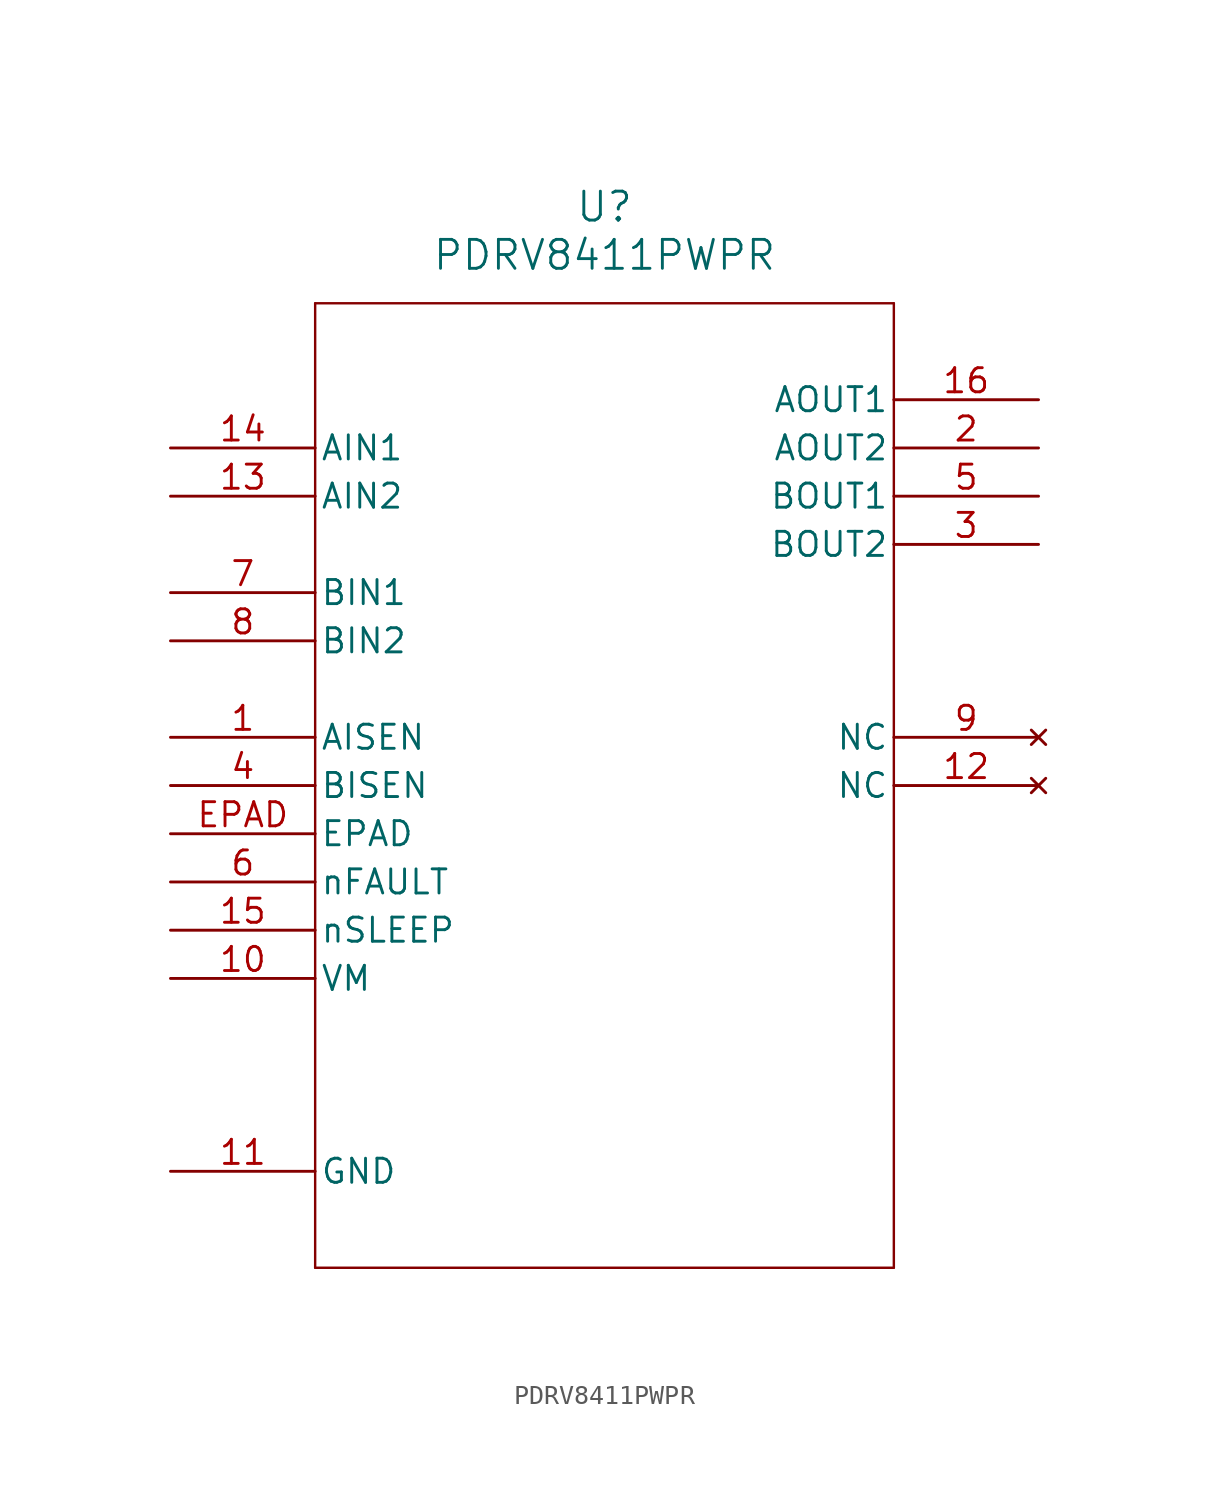
<source format=kicad_sym>
(kicad_symbol_lib
  (version 20220914)
  (generator kicad_symbol_editor)
  (symbol "PDRV8411PWPR"
    (pin_names
      (offset 0.254))
    (property "Reference" "U"
      (at 22.86 12.7 0)
      (effects (font (size 1.524 1.524))))
    (property "Value" "PDRV8411PWPR"
      (at 22.86 10.16 0)
      (effects (font (size 1.524 1.524))))
    (property "ki_locked" ""
      (at 0 0 0)
      (effects (font (size 1.27 1.27))))
    (symbol "PDRV8411PWPR_0_1"
      (polyline (pts (xy 7.62 -43.18) (xy 38.1 -43.18)) (stroke (width 0.127) (type default)) (fill (type none)))
      (polyline (pts (xy 7.62 7.62) (xy 7.62 -43.18)) (stroke (width 0.127) (type default)) (fill (type none)))
      (polyline (pts (xy 38.1 -43.18) (xy 38.1 7.62)) (stroke (width 0.127) (type default)) (fill (type none)))
      (polyline (pts (xy 38.1 7.62) (xy 7.62 7.62)) (stroke (width 0.127) (type default)) (fill (type none)))
      (pin passive line (at 0 -15.24 0) (length 7.62) (name "AISEN" (effects (font (size 1.27 1.27)))) (number "1" (effects (font (size 1.27 1.27)))))
      (pin power_in line (at 0 -27.94 0) (length 7.62) (name "VM" (effects (font (size 1.27 1.27)))) (number "10" (effects (font (size 1.27 1.27)))))
      (pin power_in line (at 0 -38.1 0) (length 7.62) (name "GND" (effects (font (size 1.27 1.27)))) (number "11" (effects (font (size 1.27 1.27)))))
      (pin no_connect line (at 45.72 -17.78 180) (length 7.62) (name "NC" (effects (font (size 1.27 1.27)))) (number "12" (effects (font (size 1.27 1.27)))))
      (pin input line (at 0 -2.54 0) (length 7.62) (name "AIN2" (effects (font (size 1.27 1.27)))) (number "13" (effects (font (size 1.27 1.27)))))
      (pin input line (at 0 0 0) (length 7.62) (name "AIN1" (effects (font (size 1.27 1.27)))) (number "14" (effects (font (size 1.27 1.27)))))
      (pin input line (at 0 -25.4 0) (length 7.62) (name "nSLEEP" (effects (font (size 1.27 1.27)))) (number "15" (effects (font (size 1.27 1.27)))))
      (pin output line (at 45.72 2.54 180) (length 7.62) (name "AOUT1" (effects (font (size 1.27 1.27)))) (number "16" (effects (font (size 1.27 1.27)))))
      (pin output line (at 45.72 0 180) (length 7.62) (name "AOUT2" (effects (font (size 1.27 1.27)))) (number "2" (effects (font (size 1.27 1.27)))))
      (pin output line (at 45.72 -5.08 180) (length 7.62) (name "BOUT2" (effects (font (size 1.27 1.27)))) (number "3" (effects (font (size 1.27 1.27)))))
      (pin passive line (at 0 -17.78 0) (length 7.62) (name "BISEN" (effects (font (size 1.27 1.27)))) (number "4" (effects (font (size 1.27 1.27)))))
      (pin output line (at 45.72 -2.54 180) (length 7.62) (name "BOUT1" (effects (font (size 1.27 1.27)))) (number "5" (effects (font (size 1.27 1.27)))))
      (pin output line (at 0 -22.86 0) (length 7.62) (name "nFAULT" (effects (font (size 1.27 1.27)))) (number "6" (effects (font (size 1.27 1.27)))))
      (pin input line (at 0 -7.62 0) (length 7.62) (name "BIN1" (effects (font (size 1.27 1.27)))) (number "7" (effects (font (size 1.27 1.27)))))
      (pin input line (at 0 -10.16 0) (length 7.62) (name "BIN2" (effects (font (size 1.27 1.27)))) (number "8" (effects (font (size 1.27 1.27)))))
      (pin no_connect line (at 45.72 -15.24 180) (length 7.62) (name "NC" (effects (font (size 1.27 1.27)))) (number "9" (effects (font (size 1.27 1.27)))))
      (pin power_in line (at 0 -20.32 0) (length 7.62) (name "EPAD" (effects (font (size 1.27 1.27)))) (number "EPAD" (effects (font (size 1.27 1.27))))))))
</source>
